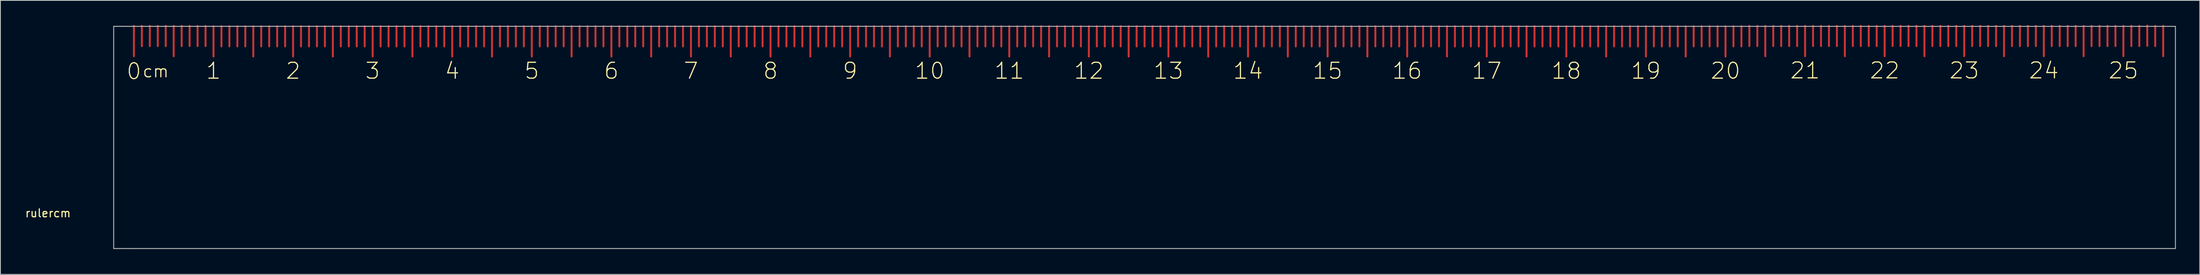
<source format=kicad_pcb>
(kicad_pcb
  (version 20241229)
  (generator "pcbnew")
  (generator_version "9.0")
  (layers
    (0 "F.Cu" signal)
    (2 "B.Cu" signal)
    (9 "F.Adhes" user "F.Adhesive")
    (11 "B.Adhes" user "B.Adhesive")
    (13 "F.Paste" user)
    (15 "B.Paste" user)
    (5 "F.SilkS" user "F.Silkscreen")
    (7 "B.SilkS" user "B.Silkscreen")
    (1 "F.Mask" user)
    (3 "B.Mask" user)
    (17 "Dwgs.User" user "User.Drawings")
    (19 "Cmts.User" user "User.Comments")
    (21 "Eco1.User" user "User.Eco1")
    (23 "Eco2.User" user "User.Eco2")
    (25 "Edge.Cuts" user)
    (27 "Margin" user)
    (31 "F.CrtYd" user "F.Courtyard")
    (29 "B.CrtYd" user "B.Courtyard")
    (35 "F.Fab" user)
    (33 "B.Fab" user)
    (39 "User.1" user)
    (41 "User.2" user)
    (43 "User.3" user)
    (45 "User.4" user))
  (footprint "rulercm"
    (layer "F.Cu")
    (at 13.777 28.205)
    (property "Reference" "rulercm" (at -10.795 -4.445 0) (layer "F.SilkS") (effects (font (size 1 1) (thickness 0.15))))
    (attr through_hole)
    (fp_line (start 0 -24.19) (end 0 -28) (stroke (width 0.25) (type solid)) (layer "F.Cu"))
    (fp_line (start 1 -25.46) (end 1 -28) (stroke (width 0.25) (type solid)) (layer "F.Cu"))
    (fp_line (start 2 -25.46) (end 2 -28) (stroke (width 0.25) (type solid)) (layer "F.Cu"))
    (fp_line (start 3 -25.46) (end 3 -28) (stroke (width 0.25) (type solid)) (layer "F.Cu"))
    (fp_line (start 4 -25.46) (end 4 -28) (stroke (width 0.25) (type solid)) (layer "F.Cu"))
    (fp_line (start 5 -24.19) (end 5 -28) (stroke (width 0.25) (type solid)) (layer "F.Cu"))
    (fp_line (start 6 -25.46) (end 6 -28) (stroke (width 0.25) (type solid)) (layer "F.Cu"))
    (fp_line (start 7 -25.46) (end 7 -28) (stroke (width 0.25) (type solid)) (layer "F.Cu"))
    (fp_line (start 8 -25.46) (end 8 -28) (stroke (width 0.25) (type solid)) (layer "F.Cu"))
    (fp_line (start 9 -25.46) (end 9 -28) (stroke (width 0.25) (type solid)) (layer "F.Cu"))
    (fp_line (start 10 -24.15) (end 10 -27.96) (stroke (width 0.25) (type solid)) (layer "F.Cu"))
    (fp_line (start 11 -25.42) (end 11 -27.96) (stroke (width 0.25) (type solid)) (layer "F.Cu"))
    (fp_line (start 12 -25.42) (end 12 -27.96) (stroke (width 0.25) (type solid)) (layer "F.Cu"))
    (fp_line (start 13 -25.42) (end 13 -27.96) (stroke (width 0.25) (type solid)) (layer "F.Cu"))
    (fp_line (start 14 -25.42) (end 14 -27.96) (stroke (width 0.25) (type solid)) (layer "F.Cu"))
    (fp_line (start 15 -24.15) (end 15 -27.96) (stroke (width 0.25) (type solid)) (layer "F.Cu"))
    (fp_line (start 16 -25.42) (end 16 -27.96) (stroke (width 0.25) (type solid)) (layer "F.Cu"))
    (fp_line (start 17 -25.42) (end 17 -27.96) (stroke (width 0.25) (type solid)) (layer "F.Cu"))
    (fp_line (start 18 -25.42) (end 18 -27.96) (stroke (width 0.25) (type solid)) (layer "F.Cu"))
    (fp_line (start 19 -25.42) (end 19 -27.96) (stroke (width 0.25) (type solid)) (layer "F.Cu"))
    (fp_line (start 20 -24.15) (end 20 -27.96) (stroke (width 0.25) (type solid)) (layer "F.Cu"))
    (fp_line (start 21 -25.42) (end 21 -27.96) (stroke (width 0.25) (type solid)) (layer "F.Cu"))
    (fp_line (start 22 -25.42) (end 22 -27.96) (stroke (width 0.25) (type solid)) (layer "F.Cu"))
    (fp_line (start 23 -25.42) (end 23 -27.96) (stroke (width 0.25) (type solid)) (layer "F.Cu"))
    (fp_line (start 24 -25.42) (end 24 -27.96) (stroke (width 0.25) (type solid)) (layer "F.Cu"))
    (fp_line (start 25 -24.15) (end 25 -27.96) (stroke (width 0.25) (type solid)) (layer "F.Cu"))
    (fp_line (start 26 -25.42) (end 26 -27.96) (stroke (width 0.25) (type solid)) (layer "F.Cu"))
    (fp_line (start 27 -25.42) (end 27 -27.96) (stroke (width 0.25) (type solid)) (layer "F.Cu"))
    (fp_line (start 28 -25.42) (end 28 -27.96) (stroke (width 0.25) (type solid)) (layer "F.Cu"))
    (fp_line (start 29 -25.42) (end 29 -27.96) (stroke (width 0.25) (type solid)) (layer "F.Cu"))
    (fp_line (start 30 -24.15) (end 30 -27.96) (stroke (width 0.25) (type solid)) (layer "F.Cu"))
    (fp_line (start 31 -25.42) (end 31 -27.96) (stroke (width 0.25) (type solid)) (layer "F.Cu"))
    (fp_line (start 32 -25.42) (end 32 -27.96) (stroke (width 0.25) (type solid)) (layer "F.Cu"))
    (fp_line (start 33 -25.42) (end 33 -27.96) (stroke (width 0.25) (type solid)) (layer "F.Cu"))
    (fp_line (start 34 -25.42) (end 34 -27.96) (stroke (width 0.25) (type solid)) (layer "F.Cu"))
    (fp_line (start 35 -24.15) (end 35 -27.96) (stroke (width 0.25) (type solid)) (layer "F.Cu"))
    (fp_line (start 36 -25.42) (end 36 -27.96) (stroke (width 0.25) (type solid)) (layer "F.Cu"))
    (fp_line (start 37 -25.42) (end 37 -27.96) (stroke (width 0.25) (type solid)) (layer "F.Cu"))
    (fp_line (start 38 -25.42) (end 38 -27.96) (stroke (width 0.25) (type solid)) (layer "F.Cu"))
    (fp_line (start 39 -25.42) (end 39 -27.96) (stroke (width 0.25) (type solid)) (layer "F.Cu"))
    (fp_line (start 40 -24.15) (end 40 -27.96) (stroke (width 0.25) (type solid)) (layer "F.Cu"))
    (fp_line (start 41 -25.42) (end 41 -27.96) (stroke (width 0.25) (type solid)) (layer "F.Cu"))
    (fp_line (start 42 -25.42) (end 42 -27.96) (stroke (width 0.25) (type solid)) (layer "F.Cu"))
    (fp_line (start 43 -25.42) (end 43 -27.96) (stroke (width 0.25) (type solid)) (layer "F.Cu"))
    (fp_line (start 44 -25.42) (end 44 -27.96) (stroke (width 0.25) (type solid)) (layer "F.Cu"))
    (fp_line (start 45 -24.15) (end 45 -27.96) (stroke (width 0.25) (type solid)) (layer "F.Cu"))
    (fp_line (start 46 -25.42) (end 46 -27.96) (stroke (width 0.25) (type solid)) (layer "F.Cu"))
    (fp_line (start 47 -25.42) (end 47 -27.96) (stroke (width 0.25) (type solid)) (layer "F.Cu"))
    (fp_line (start 48 -25.42) (end 48 -27.96) (stroke (width 0.25) (type solid)) (layer "F.Cu"))
    (fp_line (start 49 -25.42) (end 49 -27.96) (stroke (width 0.25) (type solid)) (layer "F.Cu"))
    (fp_line (start 50 -24.15) (end 50 -27.96) (stroke (width 0.25) (type solid)) (layer "F.Cu"))
    (fp_line (start 51 -25.42) (end 51 -27.96) (stroke (width 0.25) (type solid)) (layer "F.Cu"))
    (fp_line (start 52 -25.42) (end 52 -27.96) (stroke (width 0.25) (type solid)) (layer "F.Cu"))
    (fp_line (start 53 -25.42) (end 53 -27.96) (stroke (width 0.25) (type solid)) (layer "F.Cu"))
    (fp_line (start 54 -25.42) (end 54 -27.96) (stroke (width 0.25) (type solid)) (layer "F.Cu"))
    (fp_line (start 55 -24.15) (end 55 -27.96) (stroke (width 0.25) (type solid)) (layer "F.Cu"))
    (fp_line (start 56 -25.42) (end 56 -27.96) (stroke (width 0.25) (type solid)) (layer "F.Cu"))
    (fp_line (start 57 -25.42) (end 57 -27.96) (stroke (width 0.25) (type solid)) (layer "F.Cu"))
    (fp_line (start 58 -25.42) (end 58 -27.96) (stroke (width 0.25) (type solid)) (layer "F.Cu"))
    (fp_line (start 59 -25.42) (end 59 -27.96) (stroke (width 0.25) (type solid)) (layer "F.Cu"))
    (fp_line (start 60 -24.15) (end 60 -27.96) (stroke (width 0.25) (type solid)) (layer "F.Cu"))
    (fp_line (start 61 -25.42) (end 61 -27.96) (stroke (width 0.25) (type solid)) (layer "F.Cu"))
    (fp_line (start 62 -25.42) (end 62 -27.96) (stroke (width 0.25) (type solid)) (layer "F.Cu"))
    (fp_line (start 63 -25.42) (end 63 -27.96) (stroke (width 0.25) (type solid)) (layer "F.Cu"))
    (fp_line (start 64 -25.42) (end 64 -27.96) (stroke (width 0.25) (type solid)) (layer "F.Cu"))
    (fp_line (start 65 -24.15) (end 65 -27.96) (stroke (width 0.25) (type solid)) (layer "F.Cu"))
    (fp_line (start 66 -25.42) (end 66 -27.96) (stroke (width 0.25) (type solid)) (layer "F.Cu"))
    (fp_line (start 67 -25.42) (end 67 -27.96) (stroke (width 0.25) (type solid)) (layer "F.Cu"))
    (fp_line (start 68 -25.42) (end 68 -27.96) (stroke (width 0.25) (type solid)) (layer "F.Cu"))
    (fp_line (start 69 -25.42) (end 69 -27.96) (stroke (width 0.25) (type solid)) (layer "F.Cu"))
    (fp_line (start 70 -24.15) (end 70 -27.96) (stroke (width 0.25) (type solid)) (layer "F.Cu"))
    (fp_line (start 71 -25.42) (end 71 -27.96) (stroke (width 0.25) (type solid)) (layer "F.Cu"))
    (fp_line (start 72 -25.42) (end 72 -27.96) (stroke (width 0.25) (type solid)) (layer "F.Cu"))
    (fp_line (start 73 -25.42) (end 73 -27.96) (stroke (width 0.25) (type solid)) (layer "F.Cu"))
    (fp_line (start 74 -25.42) (end 74 -27.96) (stroke (width 0.25) (type solid)) (layer "F.Cu"))
    (fp_line (start 75 -24.15) (end 75 -27.96) (stroke (width 0.25) (type solid)) (layer "F.Cu"))
    (fp_line (start 76 -25.42) (end 76 -27.96) (stroke (width 0.25) (type solid)) (layer "F.Cu"))
    (fp_line (start 77 -25.42) (end 77 -27.96) (stroke (width 0.25) (type solid)) (layer "F.Cu"))
    (fp_line (start 78 -25.42) (end 78 -27.96) (stroke (width 0.25) (type solid)) (layer "F.Cu"))
    (fp_line (start 79 -25.42) (end 79 -27.96) (stroke (width 0.25) (type solid)) (layer "F.Cu"))
    (fp_line (start 80 -24.15) (end 80 -27.96) (stroke (width 0.25) (type solid)) (layer "F.Cu"))
    (fp_line (start 81 -25.42) (end 81 -27.96) (stroke (width 0.25) (type solid)) (layer "F.Cu"))
    (fp_line (start 82 -25.42) (end 82 -27.96) (stroke (width 0.25) (type solid)) (layer "F.Cu"))
    (fp_line (start 83 -25.42) (end 83 -27.96) (stroke (width 0.25) (type solid)) (layer "F.Cu"))
    (fp_line (start 84 -25.42) (end 84 -27.96) (stroke (width 0.25) (type solid)) (layer "F.Cu"))
    (fp_line (start 85 -24.15) (end 85 -27.96) (stroke (width 0.25) (type solid)) (layer "F.Cu"))
    (fp_line (start 86 -25.42) (end 86 -27.96) (stroke (width 0.25) (type solid)) (layer "F.Cu"))
    (fp_line (start 87 -25.42) (end 87 -27.96) (stroke (width 0.25) (type solid)) (layer "F.Cu"))
    (fp_line (start 88 -25.42) (end 88 -27.96) (stroke (width 0.25) (type solid)) (layer "F.Cu"))
    (fp_line (start 89 -25.42) (end 89 -27.96) (stroke (width 0.25) (type solid)) (layer "F.Cu"))
    (fp_line (start 90 -24.15) (end 90 -27.96) (stroke (width 0.25) (type solid)) (layer "F.Cu"))
    (fp_line (start 91 -25.42) (end 91 -27.96) (stroke (width 0.25) (type solid)) (layer "F.Cu"))
    (fp_line (start 92 -25.42) (end 92 -27.96) (stroke (width 0.25) (type solid)) (layer "F.Cu"))
    (fp_line (start 93 -25.42) (end 93 -27.96) (stroke (width 0.25) (type solid)) (layer "F.Cu"))
    (fp_line (start 94 -25.42) (end 94 -27.96) (stroke (width 0.25) (type solid)) (layer "F.Cu"))
    (fp_line (start 95 -24.15) (end 95 -27.96) (stroke (width 0.25) (type solid)) (layer "F.Cu"))
    (fp_line (start 96 -25.42) (end 96 -27.96) (stroke (width 0.25) (type solid)) (layer "F.Cu"))
    (fp_line (start 97 -25.42) (end 97 -27.96) (stroke (width 0.25) (type solid)) (layer "F.Cu"))
    (fp_line (start 98 -25.42) (end 98 -27.96) (stroke (width 0.25) (type solid)) (layer "F.Cu"))
    (fp_line (start 99 -25.42) (end 99 -27.96) (stroke (width 0.25) (type solid)) (layer "F.Cu"))
    (fp_line (start 100 -24.15) (end 100 -27.96) (stroke (width 0.25) (type solid)) (layer "F.Cu"))
    (fp_line (start 101 -25.42) (end 101 -27.96) (stroke (width 0.25) (type solid)) (layer "F.Cu"))
    (fp_line (start 102 -25.42) (end 102 -27.96) (stroke (width 0.25) (type solid)) (layer "F.Cu"))
    (fp_line (start 103 -25.42) (end 103 -27.96) (stroke (width 0.25) (type solid)) (layer "F.Cu"))
    (fp_line (start 104 -25.42) (end 104 -27.96) (stroke (width 0.25) (type solid)) (layer "F.Cu"))
    (fp_line (start 105 -24.15) (end 105 -27.96) (stroke (width 0.25) (type solid)) (layer "F.Cu"))
    (fp_line (start 106 -25.42) (end 106 -27.96) (stroke (width 0.25) (type solid)) (layer "F.Cu"))
    (fp_line (start 107 -25.42) (end 107 -27.96) (stroke (width 0.25) (type solid)) (layer "F.Cu"))
    (fp_line (start 108 -25.42) (end 108 -27.96) (stroke (width 0.25) (type solid)) (layer "F.Cu"))
    (fp_line (start 109 -25.42) (end 109 -27.96) (stroke (width 0.25) (type solid)) (layer "F.Cu"))
    (fp_line (start 110 -24.15) (end 110 -27.96) (stroke (width 0.25) (type solid)) (layer "F.Cu"))
    (fp_line (start 111 -25.42) (end 111 -27.96) (stroke (width 0.25) (type solid)) (layer "F.Cu"))
    (fp_line (start 112 -25.42) (end 112 -27.96) (stroke (width 0.25) (type solid)) (layer "F.Cu"))
    (fp_line (start 113 -25.42) (end 113 -27.96) (stroke (width 0.25) (type solid)) (layer "F.Cu"))
    (fp_line (start 114 -25.42) (end 114 -27.96) (stroke (width 0.25) (type solid)) (layer "F.Cu"))
    (fp_line (start 115 -24.15) (end 115 -27.96) (stroke (width 0.25) (type solid)) (layer "F.Cu"))
    (fp_line (start 116 -25.42) (end 116 -27.96) (stroke (width 0.25) (type solid)) (layer "F.Cu"))
    (fp_line (start 117 -25.42) (end 117 -27.96) (stroke (width 0.25) (type solid)) (layer "F.Cu"))
    (fp_line (start 118 -25.42) (end 118 -27.96) (stroke (width 0.25) (type solid)) (layer "F.Cu"))
    (fp_line (start 119 -25.42) (end 119 -27.96) (stroke (width 0.25) (type solid)) (layer "F.Cu"))
    (fp_line (start 120 -24.15) (end 120 -27.96) (stroke (width 0.25) (type solid)) (layer "F.Cu"))
    (fp_line (start 121 -25.42) (end 121 -27.96) (stroke (width 0.25) (type solid)) (layer "F.Cu"))
    (fp_line (start 122 -25.42) (end 122 -27.96) (stroke (width 0.25) (type solid)) (layer "F.Cu"))
    (fp_line (start 123 -25.42) (end 123 -27.96) (stroke (width 0.25) (type solid)) (layer "F.Cu"))
    (fp_line (start 124 -25.42) (end 124 -27.96) (stroke (width 0.25) (type solid)) (layer "F.Cu"))
    (fp_line (start 125 -24.15) (end 125 -27.96) (stroke (width 0.25) (type solid)) (layer "F.Cu"))
    (fp_line (start 126 -25.42) (end 126 -27.96) (stroke (width 0.25) (type solid)) (layer "F.Cu"))
    (fp_line (start 127 -25.42) (end 127 -27.96) (stroke (width 0.25) (type solid)) (layer "F.Cu"))
    (fp_line (start 128 -25.42) (end 128 -27.96) (stroke (width 0.25) (type solid)) (layer "F.Cu"))
    (fp_line (start 129 -25.42) (end 129 -27.96) (stroke (width 0.25) (type solid)) (layer "F.Cu"))
    (fp_line (start 130 -24.15) (end 130 -27.96) (stroke (width 0.25) (type solid)) (layer "F.Cu"))
    (fp_line (start 131 -25.42) (end 131 -27.96) (stroke (width 0.25) (type solid)) (layer "F.Cu"))
    (fp_line (start 132 -25.42) (end 132 -27.96) (stroke (width 0.25) (type solid)) (layer "F.Cu"))
    (fp_line (start 133 -25.42) (end 133 -27.96) (stroke (width 0.25) (type solid)) (layer "F.Cu"))
    (fp_line (start 134 -25.42) (end 134 -27.96) (stroke (width 0.25) (type solid)) (layer "F.Cu"))
    (fp_line (start 135 -24.15) (end 135 -27.96) (stroke (width 0.25) (type solid)) (layer "F.Cu"))
    (fp_line (start 136 -25.42) (end 136 -27.96) (stroke (width 0.25) (type solid)) (layer "F.Cu"))
    (fp_line (start 137 -25.42) (end 137 -27.96) (stroke (width 0.25) (type solid)) (layer "F.Cu"))
    (fp_line (start 138 -25.42) (end 138 -27.96) (stroke (width 0.25) (type solid)) (layer "F.Cu"))
    (fp_line (start 139 -25.42) (end 139 -27.96) (stroke (width 0.25) (type solid)) (layer "F.Cu"))
    (fp_line (start 140 -24.15) (end 140 -27.96) (stroke (width 0.25) (type solid)) (layer "F.Cu"))
    (fp_line (start 141 -25.42) (end 141 -27.96) (stroke (width 0.25) (type solid)) (layer "F.Cu"))
    (fp_line (start 142 -25.42) (end 142 -27.96) (stroke (width 0.25) (type solid)) (layer "F.Cu"))
    (fp_line (start 143 -25.42) (end 143 -27.96) (stroke (width 0.25) (type solid)) (layer "F.Cu"))
    (fp_line (start 144 -25.42) (end 144 -27.96) (stroke (width 0.25) (type solid)) (layer "F.Cu"))
    (fp_line (start 145 -24.15) (end 145 -27.96) (stroke (width 0.25) (type solid)) (layer "F.Cu"))
    (fp_line (start 146 -25.42) (end 146 -27.96) (stroke (width 0.25) (type solid)) (layer "F.Cu"))
    (fp_line (start 147 -25.42) (end 147 -27.96) (stroke (width 0.25) (type solid)) (layer "F.Cu"))
    (fp_line (start 148 -25.42) (end 148 -27.96) (stroke (width 0.25) (type solid)) (layer "F.Cu"))
    (fp_line (start 149 -25.42) (end 149 -27.96) (stroke (width 0.25) (type solid)) (layer "F.Cu"))
    (fp_line (start 150 -24.15) (end 150 -27.96) (stroke (width 0.25) (type solid)) (layer "F.Cu"))
    (fp_line (start 151 -25.42) (end 151 -27.96) (stroke (width 0.25) (type solid)) (layer "F.Cu"))
    (fp_line (start 152 -25.42) (end 152 -27.96) (stroke (width 0.25) (type solid)) (layer "F.Cu"))
    (fp_line (start 153 -25.42) (end 153 -27.96) (stroke (width 0.25) (type solid)) (layer "F.Cu"))
    (fp_line (start 154 -25.42) (end 154 -27.96) (stroke (width 0.25) (type solid)) (layer "F.Cu"))
    (fp_line (start 155 -24.15) (end 155 -27.96) (stroke (width 0.25) (type solid)) (layer "F.Cu"))
    (fp_line (start 156 -25.42) (end 156 -27.96) (stroke (width 0.25) (type solid)) (layer "F.Cu"))
    (fp_line (start 157 -25.42) (end 157 -27.96) (stroke (width 0.25) (type solid)) (layer "F.Cu"))
    (fp_line (start 158 -25.42) (end 158 -27.96) (stroke (width 0.25) (type solid)) (layer "F.Cu"))
    (fp_line (start 159 -25.42) (end 159 -27.96) (stroke (width 0.25) (type solid)) (layer "F.Cu"))
    (fp_line (start 160 -24.15) (end 160 -27.96) (stroke (width 0.25) (type solid)) (layer "F.Cu"))
    (fp_line (start 161 -25.42) (end 161 -27.96) (stroke (width 0.25) (type solid)) (layer "F.Cu"))
    (fp_line (start 162 -25.42) (end 162 -27.96) (stroke (width 0.25) (type solid)) (layer "F.Cu"))
    (fp_line (start 163 -25.42) (end 163 -27.96) (stroke (width 0.25) (type solid)) (layer "F.Cu"))
    (fp_line (start 164 -25.42) (end 164 -27.96) (stroke (width 0.25) (type solid)) (layer "F.Cu"))
    (fp_line (start 165 -24.15) (end 165 -27.96) (stroke (width 0.25) (type solid)) (layer "F.Cu"))
    (fp_line (start 166 -25.42) (end 166 -27.96) (stroke (width 0.25) (type solid)) (layer "F.Cu"))
    (fp_line (start 167 -25.42) (end 167 -27.96) (stroke (width 0.25) (type solid)) (layer "F.Cu"))
    (fp_line (start 168 -25.42) (end 168 -27.96) (stroke (width 0.25) (type solid)) (layer "F.Cu"))
    (fp_line (start 169 -25.42) (end 169 -27.96) (stroke (width 0.25) (type solid)) (layer "F.Cu"))
    (fp_line (start 170 -24.15) (end 170 -27.96) (stroke (width 0.25) (type solid)) (layer "F.Cu"))
    (fp_line (start 171 -25.42) (end 171 -27.96) (stroke (width 0.25) (type solid)) (layer "F.Cu"))
    (fp_line (start 172 -25.42) (end 172 -27.96) (stroke (width 0.25) (type solid)) (layer "F.Cu"))
    (fp_line (start 173 -25.42) (end 173 -27.96) (stroke (width 0.25) (type solid)) (layer "F.Cu"))
    (fp_line (start 174 -25.42) (end 174 -27.96) (stroke (width 0.25) (type solid)) (layer "F.Cu"))
    (fp_line (start 175 -24.15) (end 175 -27.96) (stroke (width 0.25) (type solid)) (layer "F.Cu"))
    (fp_line (start 176 -25.42) (end 176 -27.96) (stroke (width 0.25) (type solid)) (layer "F.Cu"))
    (fp_line (start 177 -25.42) (end 177 -27.96) (stroke (width 0.25) (type solid)) (layer "F.Cu"))
    (fp_line (start 178 -25.42) (end 178 -27.96) (stroke (width 0.25) (type solid)) (layer "F.Cu"))
    (fp_line (start 179 -25.42) (end 179 -27.96) (stroke (width 0.25) (type solid)) (layer "F.Cu"))
    (fp_line (start 180 -24.15) (end 180 -27.96) (stroke (width 0.25) (type solid)) (layer "F.Cu"))
    (fp_line (start 181 -25.42) (end 181 -27.96) (stroke (width 0.25) (type solid)) (layer "F.Cu"))
    (fp_line (start 182 -25.42) (end 182 -27.96) (stroke (width 0.25) (type solid)) (layer "F.Cu"))
    (fp_line (start 183 -25.42) (end 183 -27.96) (stroke (width 0.25) (type solid)) (layer "F.Cu"))
    (fp_line (start 184 -25.42) (end 184 -27.96) (stroke (width 0.25) (type solid)) (layer "F.Cu"))
    (fp_line (start 185 -24.15) (end 185 -27.96) (stroke (width 0.25) (type solid)) (layer "F.Cu"))
    (fp_line (start 186 -25.42) (end 186 -27.96) (stroke (width 0.25) (type solid)) (layer "F.Cu"))
    (fp_line (start 187 -25.42) (end 187 -27.96) (stroke (width 0.25) (type solid)) (layer "F.Cu"))
    (fp_line (start 188 -25.42) (end 188 -27.96) (stroke (width 0.25) (type solid)) (layer "F.Cu"))
    (fp_line (start 189 -25.42) (end 189 -27.96) (stroke (width 0.25) (type solid)) (layer "F.Cu"))
    (fp_line (start 190 -24.15) (end 190 -27.96) (stroke (width 0.25) (type solid)) (layer "F.Cu"))
    (fp_line (start 191 -25.42) (end 191 -27.96) (stroke (width 0.25) (type solid)) (layer "F.Cu"))
    (fp_line (start 192 -25.42) (end 192 -27.96) (stroke (width 0.25) (type solid)) (layer "F.Cu"))
    (fp_line (start 193 -25.42) (end 193 -27.96) (stroke (width 0.25) (type solid)) (layer "F.Cu"))
    (fp_line (start 194 -25.42) (end 194 -27.96) (stroke (width 0.25) (type solid)) (layer "F.Cu"))
    (fp_line (start 195 -24.15) (end 195 -27.96) (stroke (width 0.25) (type solid)) (layer "F.Cu"))
    (fp_line (start 196 -25.42) (end 196 -27.96) (stroke (width 0.25) (type solid)) (layer "F.Cu"))
    (fp_line (start 197 -25.42) (end 197 -27.96) (stroke (width 0.25) (type solid)) (layer "F.Cu"))
    (fp_line (start 198 -25.42) (end 198 -27.96) (stroke (width 0.25) (type solid)) (layer "F.Cu"))
    (fp_line (start 199 -25.42) (end 199 -27.96) (stroke (width 0.25) (type solid)) (layer "F.Cu"))
    (fp_line (start 200 -24.15) (end 200 -27.96) (stroke (width 0.25) (type solid)) (layer "F.Cu"))
    (fp_line (start 201 -25.42) (end 201 -27.96) (stroke (width 0.25) (type solid)) (layer "F.Cu"))
    (fp_line (start 202 -25.42) (end 202 -27.96) (stroke (width 0.25) (type solid)) (layer "F.Cu"))
    (fp_line (start 203 -25.46) (end 203 -28) (stroke (width 0.25) (type solid)) (layer "F.Cu"))
    (fp_line (start 204 -25.46) (end 204 -28) (stroke (width 0.25) (type solid)) (layer "F.Cu"))
    (fp_line (start 205 -24.19) (end 205 -28) (stroke (width 0.25) (type solid)) (layer "F.Cu"))
    (fp_line (start 206 -25.46) (end 206 -28) (stroke (width 0.25) (type solid)) (layer "F.Cu"))
    (fp_line (start 207 -25.46) (end 207 -28) (stroke (width 0.25) (type solid)) (layer "F.Cu"))
    (fp_line (start 208 -25.46) (end 208 -28) (stroke (width 0.25) (type solid)) (layer "F.Cu"))
    (fp_line (start 209 -25.46) (end 209 -28) (stroke (width 0.25) (type solid)) (layer "F.Cu"))
    (fp_line (start 210 -24.19) (end 210 -28) (stroke (width 0.25) (type solid)) (layer "F.Cu"))
    (fp_line (start 211 -25.46) (end 211 -28) (stroke (width 0.25) (type solid)) (layer "F.Cu"))
    (fp_line (start 212 -25.46) (end 212 -28) (stroke (width 0.25) (type solid)) (layer "F.Cu"))
    (fp_line (start 213 -25.46) (end 213 -28) (stroke (width 0.25) (type solid)) (layer "F.Cu"))
    (fp_line (start 214 -25.46) (end 214 -28) (stroke (width 0.25) (type solid)) (layer "F.Cu"))
    (fp_line (start 215 -24.19) (end 215 -28) (stroke (width 0.25) (type solid)) (layer "F.Cu"))
    (fp_line (start 216 -25.46) (end 216 -28) (stroke (width 0.25) (type solid)) (layer "F.Cu"))
    (fp_line (start 217 -25.46) (end 217 -28) (stroke (width 0.25) (type solid)) (layer "F.Cu"))
    (fp_line (start 218 -25.46) (end 218 -28) (stroke (width 0.25) (type solid)) (layer "F.Cu"))
    (fp_line (start 219 -25.46) (end 219 -28) (stroke (width 0.25) (type solid)) (layer "F.Cu"))
    (fp_line (start 220 -24.19) (end 220 -28) (stroke (width 0.25) (type solid)) (layer "F.Cu"))
    (fp_line (start 221 -25.46) (end 221 -28) (stroke (width 0.25) (type solid)) (layer "F.Cu"))
    (fp_line (start 222 -25.46) (end 222 -28) (stroke (width 0.25) (type solid)) (layer "F.Cu"))
    (fp_line (start 223 -25.46) (end 223 -28) (stroke (width 0.25) (type solid)) (layer "F.Cu"))
    (fp_line (start 224 -25.46) (end 224 -28) (stroke (width 0.25) (type solid)) (layer "F.Cu"))
    (fp_line (start 225 -24.19) (end 225 -28) (stroke (width 0.25) (type solid)) (layer "F.Cu"))
    (fp_line (start 226 -25.46) (end 226 -28) (stroke (width 0.25) (type solid)) (layer "F.Cu"))
    (fp_line (start 227 -25.46) (end 227 -28) (stroke (width 0.25) (type solid)) (layer "F.Cu"))
    (fp_line (start 228 -25.46) (end 228 -28) (stroke (width 0.25) (type solid)) (layer "F.Cu"))
    (fp_line (start 229 -25.46) (end 229 -28) (stroke (width 0.25) (type solid)) (layer "F.Cu"))
    (fp_line (start 230 -24.19) (end 230 -28) (stroke (width 0.25) (type solid)) (layer "F.Cu"))
    (fp_line (start 231 -25.46) (end 231 -28) (stroke (width 0.25) (type solid)) (layer "F.Cu"))
    (fp_line (start 232 -25.46) (end 232 -28) (stroke (width 0.25) (type solid)) (layer "F.Cu"))
    (fp_line (start 233 -25.46) (end 233 -28) (stroke (width 0.25) (type solid)) (layer "F.Cu"))
    (fp_line (start 234 -25.46) (end 234 -28) (stroke (width 0.25) (type solid)) (layer "F.Cu"))
    (fp_line (start 235 -24.19) (end 235 -28) (stroke (width 0.25) (type solid)) (layer "F.Cu"))
    (fp_line (start 236 -25.46) (end 236 -28) (stroke (width 0.25) (type solid)) (layer "F.Cu"))
    (fp_line (start 237 -25.46) (end 237 -28) (stroke (width 0.25) (type solid)) (layer "F.Cu"))
    (fp_line (start 238 -25.46) (end 238 -28) (stroke (width 0.25) (type solid)) (layer "F.Cu"))
    (fp_line (start 239 -25.46) (end 239 -28) (stroke (width 0.25) (type solid)) (layer "F.Cu"))
    (fp_line (start 240 -24.19) (end 240 -28) (stroke (width 0.25) (type solid)) (layer "F.Cu"))
    (fp_line (start 241 -25.46) (end 241 -28) (stroke (width 0.25) (type solid)) (layer "F.Cu"))
    (fp_line (start 242 -25.46) (end 242 -28) (stroke (width 0.25) (type solid)) (layer "F.Cu"))
    (fp_line (start 243 -25.46) (end 243 -28) (stroke (width 0.25) (type solid)) (layer "F.Cu"))
    (fp_line (start 244 -25.46) (end 244 -28) (stroke (width 0.25) (type solid)) (layer "F.Cu"))
    (fp_line (start 245 -24.19) (end 245 -28) (stroke (width 0.25) (type solid)) (layer "F.Cu"))
    (fp_line (start 246 -25.46) (end 246 -28) (stroke (width 0.25) (type solid)) (layer "F.Cu"))
    (fp_line (start 247 -25.46) (end 247 -28) (stroke (width 0.25) (type solid)) (layer "F.Cu"))
    (fp_line (start 248 -25.46) (end 248 -28) (stroke (width 0.25) (type solid)) (layer "F.Cu"))
    (fp_line (start 249 -25.46) (end 249 -28) (stroke (width 0.25) (type solid)) (layer "F.Cu"))
    (fp_line (start 250 -24.19) (end 250 -28) (stroke (width 0.25) (type solid)) (layer "F.Cu"))
    (fp_line (start 251 -25.46) (end 251 -28) (stroke (width 0.25) (type solid)) (layer "F.Cu"))
    (fp_line (start 252 -25.46) (end 252 -28) (stroke (width 0.25) (type solid)) (layer "F.Cu"))
    (fp_line (start 253 -25.5) (end 253 -28.04) (stroke (width 0.25) (type solid)) (layer "F.Cu"))
    (fp_line (start 254 -25.46) (end 254 -28) (stroke (width 0.25) (type solid)) (layer "F.Cu"))
    (fp_line (start 255 -24.19) (end 255 -28) (stroke (width 0.25) (type solid)) (layer "F.Cu"))
    (fp_line (start 0 -24.19) (end 0 -28) (stroke (width 0.25) (type solid)) (layer "F.Mask"))
    (fp_line (start 1 -25.46) (end 1 -28) (stroke (width 0.25) (type solid)) (layer "F.Mask"))
    (fp_line (start 2 -25.46) (end 2 -28) (stroke (width 0.25) (type solid)) (layer "F.Mask"))
    (fp_line (start 3 -25.46) (end 3 -28) (stroke (width 0.25) (type solid)) (layer "F.Mask"))
    (fp_line (start 4 -25.46) (end 4 -28) (stroke (width 0.25) (type solid)) (layer "F.Mask"))
    (fp_line (start 5 -24.19) (end 5 -28) (stroke (width 0.25) (type solid)) (layer "F.Mask"))
    (fp_line (start 6 -25.46) (end 6 -28) (stroke (width 0.25) (type solid)) (layer "F.Mask"))
    (fp_line (start 7 -25.46) (end 7 -28) (stroke (width 0.25) (type solid)) (layer "F.Mask"))
    (fp_line (start 8 -25.46) (end 8 -28) (stroke (width 0.25) (type solid)) (layer "F.Mask"))
    (fp_line (start 9 -25.46) (end 9 -28) (stroke (width 0.25) (type solid)) (layer "F.Mask"))
    (fp_line (start 10 -24.19) (end 10 -28) (stroke (width 0.25) (type solid)) (layer "F.Mask"))
    (fp_line (start 11 -25.46) (end 11 -28) (stroke (width 0.25) (type solid)) (layer "F.Mask"))
    (fp_line (start 12 -25.46) (end 12 -28) (stroke (width 0.25) (type solid)) (layer "F.Mask"))
    (fp_line (start 13 -25.46) (end 13 -28) (stroke (width 0.25) (type solid)) (layer "F.Mask"))
    (fp_line (start 14 -25.46) (end 14 -28) (stroke (width 0.25) (type solid)) (layer "F.Mask"))
    (fp_line (start 15 -24.19) (end 15 -28) (stroke (width 0.25) (type solid)) (layer "F.Mask"))
    (fp_line (start 16 -25.46) (end 16 -28) (stroke (width 0.25) (type solid)) (layer "F.Mask"))
    (fp_line (start 17 -25.46) (end 17 -28) (stroke (width 0.25) (type solid)) (layer "F.Mask"))
    (fp_line (start 18 -25.46) (end 18 -28) (stroke (width 0.25) (type solid)) (layer "F.Mask"))
    (fp_line (start 19 -25.46) (end 19 -28) (stroke (width 0.25) (type solid)) (layer "F.Mask"))
    (fp_line (start 20 -24.19) (end 20 -28) (stroke (width 0.25) (type solid)) (layer "F.Mask"))
    (fp_line (start 21 -25.46) (end 21 -28) (stroke (width 0.25) (type solid)) (layer "F.Mask"))
    (fp_line (start 22 -25.46) (end 22 -28) (stroke (width 0.25) (type solid)) (layer "F.Mask"))
    (fp_line (start 23 -25.46) (end 23 -28) (stroke (width 0.25) (type solid)) (layer "F.Mask"))
    (fp_line (start 24 -25.46) (end 24 -28) (stroke (width 0.25) (type solid)) (layer "F.Mask"))
    (fp_line (start 25 -24.19) (end 25 -28) (stroke (width 0.25) (type solid)) (layer "F.Mask"))
    (fp_line (start 26 -25.46) (end 26 -28) (stroke (width 0.25) (type solid)) (layer "F.Mask"))
    (fp_line (start 27 -25.46) (end 27 -28) (stroke (width 0.25) (type solid)) (layer "F.Mask"))
    (fp_line (start 28 -25.46) (end 28 -28) (stroke (width 0.25) (type solid)) (layer "F.Mask"))
    (fp_line (start 29 -25.46) (end 29 -28) (stroke (width 0.25) (type solid)) (layer "F.Mask"))
    (fp_line (start 30 -24.19) (end 30 -28) (stroke (width 0.25) (type solid)) (layer "F.Mask"))
    (fp_line (start 31 -25.46) (end 31 -28) (stroke (width 0.25) (type solid)) (layer "F.Mask"))
    (fp_line (start 32 -25.46) (end 32 -28) (stroke (width 0.25) (type solid)) (layer "F.Mask"))
    (fp_line (start 33 -25.46) (end 33 -28) (stroke (width 0.25) (type solid)) (layer "F.Mask"))
    (fp_line (start 34 -25.46) (end 34 -28) (stroke (width 0.25) (type solid)) (layer "F.Mask"))
    (fp_line (start 35 -24.19) (end 35 -28) (stroke (width 0.25) (type solid)) (layer "F.Mask"))
    (fp_line (start 36 -25.46) (end 36 -28) (stroke (width 0.25) (type solid)) (layer "F.Mask"))
    (fp_line (start 37 -25.46) (end 37 -28) (stroke (width 0.25) (type solid)) (layer "F.Mask"))
    (fp_line (start 38 -25.46) (end 38 -28) (stroke (width 0.25) (type solid)) (layer "F.Mask"))
    (fp_line (start 39 -25.46) (end 39 -28) (stroke (width 0.25) (type solid)) (layer "F.Mask"))
    (fp_line (start 40 -24.19) (end 40 -28) (stroke (width 0.25) (type solid)) (layer "F.Mask"))
    (fp_line (start 41 -25.46) (end 41 -28) (stroke (width 0.25) (type solid)) (layer "F.Mask"))
    (fp_line (start 42 -25.46) (end 42 -28) (stroke (width 0.25) (type solid)) (layer "F.Mask"))
    (fp_line (start 43 -25.46) (end 43 -28) (stroke (width 0.25) (type solid)) (layer "F.Mask"))
    (fp_line (start 44 -25.46) (end 44 -28) (stroke (width 0.25) (type solid)) (layer "F.Mask"))
    (fp_line (start 45 -24.19) (end 45 -28) (stroke (width 0.25) (type solid)) (layer "F.Mask"))
    (fp_line (start 46 -25.46) (end 46 -28) (stroke (width 0.25) (type solid)) (layer "F.Mask"))
    (fp_line (start 47 -25.46) (end 47 -28) (stroke (width 0.25) (type solid)) (layer "F.Mask"))
    (fp_line (start 48 -25.46) (end 48 -28) (stroke (width 0.25) (type solid)) (layer "F.Mask"))
    (fp_line (start 49 -25.46) (end 49 -28) (stroke (width 0.25) (type solid)) (layer "F.Mask"))
    (fp_line (start 50 -24.19) (end 50 -28) (stroke (width 0.25) (type solid)) (layer "F.Mask"))
    (fp_line (start 51 -25.46) (end 51 -28) (stroke (width 0.25) (type solid)) (layer "F.Mask"))
    (fp_line (start 52 -25.46) (end 52 -28) (stroke (width 0.25) (type solid)) (layer "F.Mask"))
    (fp_line (start 53 -25.46) (end 53 -28) (stroke (width 0.25) (type solid)) (layer "F.Mask"))
    (fp_line (start 54 -25.46) (end 54 -28) (stroke (width 0.25) (type solid)) (layer "F.Mask"))
    (fp_line (start 55 -24.19) (end 55 -28) (stroke (width 0.25) (type solid)) (layer "F.Mask"))
    (fp_line (start 56 -25.46) (end 56 -28) (stroke (width 0.25) (type solid)) (layer "F.Mask"))
    (fp_line (start 57 -25.46) (end 57 -28) (stroke (width 0.25) (type solid)) (layer "F.Mask"))
    (fp_line (start 58 -25.46) (end 58 -28) (stroke (width 0.25) (type solid)) (layer "F.Mask"))
    (fp_line (start 59 -25.46) (end 59 -28) (stroke (width 0.25) (type solid)) (layer "F.Mask"))
    (fp_line (start 60 -24.19) (end 60 -28) (stroke (width 0.25) (type solid)) (layer "F.Mask"))
    (fp_line (start 61 -25.46) (end 61 -28) (stroke (width 0.25) (type solid)) (layer "F.Mask"))
    (fp_line (start 62 -25.46) (end 62 -28) (stroke (width 0.25) (type solid)) (layer "F.Mask"))
    (fp_line (start 63 -25.46) (end 63 -28) (stroke (width 0.25) (type solid)) (layer "F.Mask"))
    (fp_line (start 64 -25.46) (end 64 -28) (stroke (width 0.25) (type solid)) (layer "F.Mask"))
    (fp_line (start 65 -24.19) (end 65 -28) (stroke (width 0.25) (type solid)) (layer "F.Mask"))
    (fp_line (start 66 -25.46) (end 66 -28) (stroke (width 0.25) (type solid)) (layer "F.Mask"))
    (fp_line (start 67 -25.46) (end 67 -28) (stroke (width 0.25) (type solid)) (layer "F.Mask"))
    (fp_line (start 68 -25.46) (end 68 -28) (stroke (width 0.25) (type solid)) (layer "F.Mask"))
    (fp_line (start 69 -25.46) (end 69 -28) (stroke (width 0.25) (type solid)) (layer "F.Mask"))
    (fp_line (start 70 -24.19) (end 70 -28) (stroke (width 0.25) (type solid)) (layer "F.Mask"))
    (fp_line (start 71 -25.46) (end 71 -28) (stroke (width 0.25) (type solid)) (layer "F.Mask"))
    (fp_line (start 72 -25.46) (end 72 -28) (stroke (width 0.25) (type solid)) (layer "F.Mask"))
    (fp_line (start 73 -25.46) (end 73 -28) (stroke (width 0.25) (type solid)) (layer "F.Mask"))
    (fp_line (start 74 -25.46) (end 74 -28) (stroke (width 0.25) (type solid)) (layer "F.Mask"))
    (fp_line (start 75 -24.19) (end 75 -28) (stroke (width 0.25) (type solid)) (layer "F.Mask"))
    (fp_line (start 76 -25.46) (end 76 -28) (stroke (width 0.25) (type solid)) (layer "F.Mask"))
    (fp_line (start 77 -25.46) (end 77 -28) (stroke (width 0.25) (type solid)) (layer "F.Mask"))
    (fp_line (start 78 -25.46) (end 78 -28) (stroke (width 0.25) (type solid)) (layer "F.Mask"))
    (fp_line (start 79 -25.46) (end 79 -28) (stroke (width 0.25) (type solid)) (layer "F.Mask"))
    (fp_line (start 80 -24.19) (end 80 -28) (stroke (width 0.25) (type solid)) (layer "F.Mask"))
    (fp_line (start 81 -25.46) (end 81 -28) (stroke (width 0.25) (type solid)) (layer "F.Mask"))
    (fp_line (start 82 -25.46) (end 82 -28) (stroke (width 0.25) (type solid)) (layer "F.Mask"))
    (fp_line (start 83 -25.46) (end 83 -28) (stroke (width 0.25) (type solid)) (layer "F.Mask"))
    (fp_line (start 84 -25.46) (end 84 -28) (stroke (width 0.25) (type solid)) (layer "F.Mask"))
    (fp_line (start 85 -24.19) (end 85 -28) (stroke (width 0.25) (type solid)) (layer "F.Mask"))
    (fp_line (start 86 -25.46) (end 86 -28) (stroke (width 0.25) (type solid)) (layer "F.Mask"))
    (fp_line (start 87 -25.46) (end 87 -28) (stroke (width 0.25) (type solid)) (layer "F.Mask"))
    (fp_line (start 88 -25.46) (end 88 -28) (stroke (width 0.25) (type solid)) (layer "F.Mask"))
    (fp_line (start 89 -25.46) (end 89 -28) (stroke (width 0.25) (type solid)) (layer "F.Mask"))
    (fp_line (start 90 -24.19) (end 90 -28) (stroke (width 0.25) (type solid)) (layer "F.Mask"))
    (fp_line (start 91 -25.46) (end 91 -28) (stroke (width 0.25) (type solid)) (layer "F.Mask"))
    (fp_line (start 92 -25.46) (end 92 -28) (stroke (width 0.25) (type solid)) (layer "F.Mask"))
    (fp_line (start 93 -25.46) (end 93 -28) (stroke (width 0.25) (type solid)) (layer "F.Mask"))
    (fp_line (start 94 -25.46) (end 94 -28) (stroke (width 0.25) (type solid)) (layer "F.Mask"))
    (fp_line (start 95 -24.19) (end 95 -28) (stroke (width 0.25) (type solid)) (layer "F.Mask"))
    (fp_line (start 96 -25.46) (end 96 -28) (stroke (width 0.25) (type solid)) (layer "F.Mask"))
    (fp_line (start 97 -25.46) (end 97 -28) (stroke (width 0.25) (type solid)) (layer "F.Mask"))
    (fp_line (start 98 -25.46) (end 98 -28) (stroke (width 0.25) (type solid)) (layer "F.Mask"))
    (fp_line (start 99 -25.46) (end 99 -28) (stroke (width 0.25) (type solid)) (layer "F.Mask"))
    (fp_line (start 100 -24.19) (end 100 -28) (stroke (width 0.25) (type solid)) (layer "F.Mask"))
    (fp_line (start 101 -25.46) (end 101 -28) (stroke (width 0.25) (type solid)) (layer "F.Mask"))
    (fp_line (start 102 -25.46) (end 102 -28) (stroke (width 0.25) (type solid)) (layer "F.Mask"))
    (fp_line (start 103 -25.46) (end 103 -28) (stroke (width 0.25) (type solid)) (layer "F.Mask"))
    (fp_line (start 104 -25.46) (end 104 -28) (stroke (width 0.25) (type solid)) (layer "F.Mask"))
    (fp_line (start 105 -24.19) (end 105 -28) (stroke (width 0.25) (type solid)) (layer "F.Mask"))
    (fp_line (start 106 -25.46) (end 106 -28) (stroke (width 0.25) (type solid)) (layer "F.Mask"))
    (fp_line (start 107 -25.46) (end 107 -28) (stroke (width 0.25) (type solid)) (layer "F.Mask"))
    (fp_line (start 108 -25.46) (end 108 -28) (stroke (width 0.25) (type solid)) (layer "F.Mask"))
    (fp_line (start 109 -25.46) (end 109 -28) (stroke (width 0.25) (type solid)) (layer "F.Mask"))
    (fp_line (start 110 -24.19) (end 110 -28) (stroke (width 0.25) (type solid)) (layer "F.Mask"))
    (fp_line (start 111 -25.46) (end 111 -28) (stroke (width 0.25) (type solid)) (layer "F.Mask"))
    (fp_line (start 112 -25.46) (end 112 -28) (stroke (width 0.25) (type solid)) (layer "F.Mask"))
    (fp_line (start 113 -25.46) (end 113 -28) (stroke (width 0.25) (type solid)) (layer "F.Mask"))
    (fp_line (start 114 -25.46) (end 114 -28) (stroke (width 0.25) (type solid)) (layer "F.Mask"))
    (fp_line (start 115 -24.19) (end 115 -28) (stroke (width 0.25) (type solid)) (layer "F.Mask"))
    (fp_line (start 116 -25.46) (end 116 -28) (stroke (width 0.25) (type solid)) (layer "F.Mask"))
    (fp_line (start 117 -25.46) (end 117 -28) (stroke (width 0.25) (type solid)) (layer "F.Mask"))
    (fp_line (start 118 -25.46) (end 118 -28) (stroke (width 0.25) (type solid)) (layer "F.Mask"))
    (fp_line (start 119 -25.46) (end 119 -28) (stroke (width 0.25) (type solid)) (layer "F.Mask"))
    (fp_line (start 120 -24.19) (end 120 -28) (stroke (width 0.25) (type solid)) (layer "F.Mask"))
    (fp_line (start 121 -25.46) (end 121 -28) (stroke (width 0.25) (type solid)) (layer "F.Mask"))
    (fp_line (start 122 -25.46) (end 122 -28) (stroke (width 0.25) (type solid)) (layer "F.Mask"))
    (fp_line (start 123 -25.46) (end 123 -28) (stroke (width 0.25) (type solid)) (layer "F.Mask"))
    (fp_line (start 124 -25.46) (end 124 -28) (stroke (width 0.25) (type solid)) (layer "F.Mask"))
    (fp_line (start 125 -24.19) (end 125 -28) (stroke (width 0.25) (type solid)) (layer "F.Mask"))
    (fp_line (start 126 -25.46) (end 126 -28) (stroke (width 0.25) (type solid)) (layer "F.Mask"))
    (fp_line (start 127 -25.46) (end 127 -28) (stroke (width 0.25) (type solid)) (layer "F.Mask"))
    (fp_line (start 128 -25.46) (end 128 -28) (stroke (width 0.25) (type solid)) (layer "F.Mask"))
    (fp_line (start 129 -25.46) (end 129 -28) (stroke (width 0.25) (type solid)) (layer "F.Mask"))
    (fp_line (start 130 -24.19) (end 130 -28) (stroke (width 0.25) (type solid)) (layer "F.Mask"))
    (fp_line (start 131 -25.46) (end 131 -28) (stroke (width 0.25) (type solid)) (layer "F.Mask"))
    (fp_line (start 132 -25.46) (end 132 -28) (stroke (width 0.25) (type solid)) (layer "F.Mask"))
    (fp_line (start 133 -25.46) (end 133 -28) (stroke (width 0.25) (type solid)) (layer "F.Mask"))
    (fp_line (start 134 -25.46) (end 134 -28) (stroke (width 0.25) (type solid)) (layer "F.Mask"))
    (fp_line (start 135 -24.19) (end 135 -28) (stroke (width 0.25) (type solid)) (layer "F.Mask"))
    (fp_line (start 136 -25.46) (end 136 -28) (stroke (width 0.25) (type solid)) (layer "F.Mask"))
    (fp_line (start 137 -25.46) (end 137 -28) (stroke (width 0.25) (type solid)) (layer "F.Mask"))
    (fp_line (start 138 -25.46) (end 138 -28) (stroke (width 0.25) (type solid)) (layer "F.Mask"))
    (fp_line (start 139 -25.46) (end 139 -28) (stroke (width 0.25) (type solid)) (layer "F.Mask"))
    (fp_line (start 140 -24.19) (end 140 -28) (stroke (width 0.25) (type solid)) (layer "F.Mask"))
    (fp_line (start 141 -25.46) (end 141 -28) (stroke (width 0.25) (type solid)) (layer "F.Mask"))
    (fp_line (start 142 -25.46) (end 142 -28) (stroke (width 0.25) (type solid)) (layer "F.Mask"))
    (fp_line (start 143 -25.46) (end 143 -28) (stroke (width 0.25) (type solid)) (layer "F.Mask"))
    (fp_line (start 144 -25.46) (end 144 -28) (stroke (width 0.25) (type solid)) (layer "F.Mask"))
    (fp_line (start 145 -24.19) (end 145 -28) (stroke (width 0.25) (type solid)) (layer "F.Mask"))
    (fp_line (start 146 -25.46) (end 146 -28) (stroke (width 0.25) (type solid)) (layer "F.Mask"))
    (fp_line (start 147 -25.46) (end 147 -28) (stroke (width 0.25) (type solid)) (layer "F.Mask"))
    (fp_line (start 148 -25.46) (end 148 -28) (stroke (width 0.25) (type solid)) (layer "F.Mask"))
    (fp_line (start 149 -25.46) (end 149 -28) (stroke (width 0.25) (type solid)) (layer "F.Mask"))
    (fp_line (start 150 -24.19) (end 150 -28) (stroke (width 0.25) (type solid)) (layer "F.Mask"))
    (fp_line (start 151 -25.46) (end 151 -28) (stroke (width 0.25) (type solid)) (layer "F.Mask"))
    (fp_line (start 152 -25.46) (end 152 -28) (stroke (width 0.25) (type solid)) (layer "F.Mask"))
    (fp_line (start 153 -25.46) (end 153 -28) (stroke (width 0.25) (type solid)) (layer "F.Mask"))
    (fp_line (start 154 -25.46) (end 154 -28) (stroke (width 0.25) (type solid)) (layer "F.Mask"))
    (fp_line (start 155 -24.19) (end 155 -28) (stroke (width 0.25) (type solid)) (layer "F.Mask"))
    (fp_line (start 156 -25.46) (end 156 -28) (stroke (width 0.25) (type solid)) (layer "F.Mask"))
    (fp_line (start 157 -25.46) (end 157 -28) (stroke (width 0.25) (type solid)) (layer "F.Mask"))
    (fp_line (start 158 -25.46) (end 158 -28) (stroke (width 0.25) (type solid)) (layer "F.Mask"))
    (fp_line (start 159 -25.46) (end 159 -28) (stroke (width 0.25) (type solid)) (layer "F.Mask"))
    (fp_line (start 160 -24.19) (end 160 -28) (stroke (width 0.25) (type solid)) (layer "F.Mask"))
    (fp_line (start 161 -25.46) (end 161 -28) (stroke (width 0.25) (type solid)) (layer "F.Mask"))
    (fp_line (start 162 -25.46) (end 162 -28) (stroke (width 0.25) (type solid)) (layer "F.Mask"))
    (fp_line (start 163 -25.46) (end 163 -28) (stroke (width 0.25) (type solid)) (layer "F.Mask"))
    (fp_line (start 164 -25.46) (end 164 -28) (stroke (width 0.25) (type solid)) (layer "F.Mask"))
    (fp_line (start 165 -24.19) (end 165 -28) (stroke (width 0.25) (type solid)) (layer "F.Mask"))
    (fp_line (start 166 -25.46) (end 166 -28) (stroke (width 0.25) (type solid)) (layer "F.Mask"))
    (fp_line (start 167 -25.46) (end 167 -28) (stroke (width 0.25) (type solid)) (layer "F.Mask"))
    (fp_line (start 168 -25.46) (end 168 -28) (stroke (width 0.25) (type solid)) (layer "F.Mask"))
    (fp_line (start 169 -25.46) (end 169 -28) (stroke (width 0.25) (type solid)) (layer "F.Mask"))
    (fp_line (start 170 -24.19) (end 170 -28) (stroke (width 0.25) (type solid)) (layer "F.Mask"))
    (fp_line (start 171 -25.46) (end 171 -28) (stroke (width 0.25) (type solid)) (layer "F.Mask"))
    (fp_line (start 172 -25.46) (end 172 -28) (stroke (width 0.25) (type solid)) (layer "F.Mask"))
    (fp_line (start 173 -25.46) (end 173 -28) (stroke (width 0.25) (type solid)) (layer "F.Mask"))
    (fp_line (start 174 -25.46) (end 174 -28) (stroke (width 0.25) (type solid)) (layer "F.Mask"))
    (fp_line (start 175 -24.19) (end 175 -28) (stroke (width 0.25) (type solid)) (layer "F.Mask"))
    (fp_line (start 176 -25.46) (end 176 -28) (stroke (width 0.25) (type solid)) (layer "F.Mask"))
    (fp_line (start 177 -25.46) (end 177 -28) (stroke (width 0.25) (type solid)) (layer "F.Mask"))
    (fp_line (start 178 -25.46) (end 178 -28) (stroke (width 0.25) (type solid)) (layer "F.Mask"))
    (fp_line (start 179 -25.46) (end 179 -28) (stroke (width 0.25) (type solid)) (layer "F.Mask"))
    (fp_line (start 180 -24.19) (end 180 -28) (stroke (width 0.25) (type solid)) (layer "F.Mask"))
    (fp_line (start 181 -25.46) (end 181 -28) (stroke (width 0.25) (type solid)) (layer "F.Mask"))
    (fp_line (start 182 -25.46) (end 182 -28) (stroke (width 0.25) (type solid)) (layer "F.Mask"))
    (fp_line (start 183 -25.46) (end 183 -28) (stroke (width 0.25) (type solid)) (layer "F.Mask"))
    (fp_line (start 184 -25.46) (end 184 -28) (stroke (width 0.25) (type solid)) (layer "F.Mask"))
    (fp_line (start 185 -24.19) (end 185 -28) (stroke (width 0.25) (type solid)) (layer "F.Mask"))
    (fp_line (start 186 -25.46) (end 186 -28) (stroke (width 0.25) (type solid)) (layer "F.Mask"))
    (fp_line (start 187 -25.46) (end 187 -28) (stroke (width 0.25) (type solid)) (layer "F.Mask"))
    (fp_line (start 188 -25.46) (end 188 -28) (stroke (width 0.25) (type solid)) (layer "F.Mask"))
    (fp_line (start 189 -25.46) (end 189 -28) (stroke (width 0.25) (type solid)) (layer "F.Mask"))
    (fp_line (start 190 -24.19) (end 190 -28) (stroke (width 0.25) (type solid)) (layer "F.Mask"))
    (fp_line (start 191 -25.46) (end 191 -28) (stroke (width 0.25) (type solid)) (layer "F.Mask"))
    (fp_line (start 192 -25.46) (end 192 -28) (stroke (width 0.25) (type solid)) (layer "F.Mask"))
    (fp_line (start 193 -25.46) (end 193 -28) (stroke (width 0.25) (type solid)) (layer "F.Mask"))
    (fp_line (start 194 -25.46) (end 194 -28) (stroke (width 0.25) (type solid)) (layer "F.Mask"))
    (fp_line (start 195 -24.19) (end 195 -28) (stroke (width 0.25) (type solid)) (layer "F.Mask"))
    (fp_line (start 196 -25.46) (end 196 -28) (stroke (width 0.25) (type solid)) (layer "F.Mask"))
    (fp_line (start 197 -25.46) (end 197 -28) (stroke (width 0.25) (type solid)) (layer "F.Mask"))
    (fp_line (start 198 -25.46) (end 198 -28) (stroke (width 0.25) (type solid)) (layer "F.Mask"))
    (fp_line (start 199 -25.46) (end 199 -28) (stroke (width 0.25) (type solid)) (layer "F.Mask"))
    (fp_line (start 200 -24.19) (end 200 -28) (stroke (width 0.25) (type solid)) (layer "F.Mask"))
    (fp_line (start 201 -25.46) (end 201 -28) (stroke (width 0.25) (type solid)) (layer "F.Mask"))
    (fp_line (start 202 -25.46) (end 202 -28) (stroke (width 0.25) (type solid)) (layer "F.Mask"))
    (fp_line (start 203 -25.5) (end 203 -28.04) (stroke (width 0.25) (type solid)) (layer "F.Mask"))
    (fp_line (start 204 -25.5) (end 204 -28.04) (stroke (width 0.25) (type solid)) (layer "F.Mask"))
    (fp_line (start 205 -24.23) (end 205 -28.04) (stroke (width 0.25) (type solid)) (layer "F.Mask"))
    (fp_line (start 206 -25.5) (end 206 -28.04) (stroke (width 0.25) (type solid)) (layer "F.Mask"))
    (fp_line (start 207 -25.5) (end 207 -28.04) (stroke (width 0.25) (type solid)) (layer "F.Mask"))
    (fp_line (start 208 -25.5) (end 208 -28.04) (stroke (width 0.25) (type solid)) (layer "F.Mask"))
    (fp_line (start 209 -25.5) (end 209 -28.04) (stroke (width 0.25) (type solid)) (layer "F.Mask"))
    (fp_line (start 210 -24.23) (end 210 -28.04) (stroke (width 0.25) (type solid)) (layer "F.Mask"))
    (fp_line (start 211 -25.5) (end 211 -28.04) (stroke (width 0.25) (type solid)) (layer "F.Mask"))
    (fp_line (start 212 -25.5) (end 212 -28.04) (stroke (width 0.25) (type solid)) (layer "F.Mask"))
    (fp_line (start 213 -25.5) (end 213 -28.04) (stroke (width 0.25) (type solid)) (layer "F.Mask"))
    (fp_line (start 214 -25.5) (end 214 -28.04) (stroke (width 0.25) (type solid)) (layer "F.Mask"))
    (fp_line (start 215 -24.23) (end 215 -28.04) (stroke (width 0.25) (type solid)) (layer "F.Mask"))
    (fp_line (start 216 -25.5) (end 216 -28.04) (stroke (width 0.25) (type solid)) (layer "F.Mask"))
    (fp_line (start 217 -25.5) (end 217 -28.04) (stroke (width 0.25) (type solid)) (layer "F.Mask"))
    (fp_line (start 218 -25.5) (end 218 -28.04) (stroke (width 0.25) (type solid)) (layer "F.Mask"))
    (fp_line (start 219 -25.5) (end 219 -28.04) (stroke (width 0.25) (type solid)) (layer "F.Mask"))
    (fp_line (start 220 -24.23) (end 220 -28.04) (stroke (width 0.25) (type solid)) (layer "F.Mask"))
    (fp_line (start 221 -25.5) (end 221 -28.04) (stroke (width 0.25) (type solid)) (layer "F.Mask"))
    (fp_line (start 222 -25.5) (end 222 -28.04) (stroke (width 0.25) (type solid)) (layer "F.Mask"))
    (fp_line (start 223 -25.5) (end 223 -28.04) (stroke (width 0.25) (type solid)) (layer "F.Mask"))
    (fp_line (start 224 -25.5) (end 224 -28.04) (stroke (width 0.25) (type solid)) (layer "F.Mask"))
    (fp_line (start 225 -24.23) (end 225 -28.04) (stroke (width 0.25) (type solid)) (layer "F.Mask"))
    (fp_line (start 226 -25.5) (end 226 -28.04) (stroke (width 0.25) (type solid)) (layer "F.Mask"))
    (fp_line (start 227 -25.5) (end 227 -28.04) (stroke (width 0.25) (type solid)) (layer "F.Mask"))
    (fp_line (start 228 -25.5) (end 228 -28.04) (stroke (width 0.25) (type solid)) (layer "F.Mask"))
    (fp_line (start 229 -25.5) (end 229 -28.04) (stroke (width 0.25) (type solid)) (layer "F.Mask"))
    (fp_line (start 230 -24.23) (end 230 -28.04) (stroke (width 0.25) (type solid)) (layer "F.Mask"))
    (fp_line (start 231 -25.5) (end 231 -28.04) (stroke (width 0.25) (type solid)) (layer "F.Mask"))
    (fp_line (start 232 -25.5) (end 232 -28.04) (stroke (width 0.25) (type solid)) (layer "F.Mask"))
    (fp_line (start 233 -25.5) (end 233 -28.04) (stroke (width 0.25) (type solid)) (layer "F.Mask"))
    (fp_line (start 234 -25.5) (end 234 -28.04) (stroke (width 0.25) (type solid)) (layer "F.Mask"))
    (fp_line (start 235 -24.23) (end 235 -28.04) (stroke (width 0.25) (type solid)) (layer "F.Mask"))
    (fp_line (start 236 -25.5) (end 236 -28.04) (stroke (width 0.25) (type solid)) (layer "F.Mask"))
    (fp_line (start 237 -25.5) (end 237 -28.04) (stroke (width 0.25) (type solid)) (layer "F.Mask"))
    (fp_line (start 238 -25.5) (end 238 -28.04) (stroke (width 0.25) (type solid)) (layer "F.Mask"))
    (fp_line (start 239 -25.5) (end 239 -28.04) (stroke (width 0.25) (type solid)) (layer "F.Mask"))
    (fp_line (start 240 -24.23) (end 240 -28.04) (stroke (width 0.25) (type solid)) (layer "F.Mask"))
    (fp_line (start 241 -25.5) (end 241 -28.04) (stroke (width 0.25) (type solid)) (layer "F.Mask"))
    (fp_line (start 242 -25.5) (end 242 -28.04) (stroke (width 0.25) (type solid)) (layer "F.Mask"))
    (fp_line (start 243 -25.5) (end 243 -28.04) (stroke (width 0.25) (type solid)) (layer "F.Mask"))
    (fp_line (start 244 -25.5) (end 244 -28.04) (stroke (width 0.25) (type solid)) (layer "F.Mask"))
    (fp_line (start 245 -24.23) (end 245 -28.04) (stroke (width 0.25) (type solid)) (layer "F.Mask"))
    (fp_line (start 246 -25.5) (end 246 -28.04) (stroke (width 0.25) (type solid)) (layer "F.Mask"))
    (fp_line (start 247 -25.5) (end 247 -28.04) (stroke (width 0.25) (type solid)) (layer "F.Mask"))
    (fp_line (start 248 -25.5) (end 248 -28.04) (stroke (width 0.25) (type solid)) (layer "F.Mask"))
    (fp_line (start 249 -25.5) (end 249 -28.04) (stroke (width 0.25) (type solid)) (layer "F.Mask"))
    (fp_line (start 250 -24.23) (end 250 -28.04) (stroke (width 0.25) (type solid)) (layer "F.Mask"))
    (fp_line (start 251 -25.5) (end 251 -28.04) (stroke (width 0.25) (type solid)) (layer "F.Mask"))
    (fp_line (start 252 -25.5) (end 252 -28.04) (stroke (width 0.25) (type solid)) (layer "F.Mask"))
    (fp_line (start 253 -25.54) (end 253 -28.08) (stroke (width 0.25) (type solid)) (layer "F.Mask"))
    (fp_line (start 254 -25.5) (end 254 -28.04) (stroke (width 0.25) (type solid)) (layer "F.Mask"))
    (fp_line (start 255 -24.23) (end 255 -28.04) (stroke (width 0.25) (type solid)) (layer "F.Mask"))
    (fp_line (start -2.54 -27.94) (end -2.54 0) (stroke (width 0.12) (type solid)) (layer "F.Fab"))
    (fp_line (start -2.54 0) (end 0 0) (stroke (width 0.12) (type solid)) (layer "F.Fab"))
    (fp_line (start 0 -27.94) (end -2.54 -27.94) (stroke (width 0.12) (type solid)) (layer "F.Fab"))
    (fp_line (start 0 0) (end 256.54 0) (stroke (width 0.12) (type solid)) (layer "F.Fab"))
    (fp_line (start 101.6 -27.94) (end -2.54 -27.94) (stroke (width 0.12) (type solid)) (layer "F.Fab"))
    (fp_line (start 256.54 -27.94) (end 0 -27.94) (stroke (width 0.12) (type solid)) (layer "F.Fab"))
    (fp_line (start 256.54 0) (end 256.54 -27.94) (stroke (width 0.12) (type solid)) (layer "F.Fab"))
    (fp_text user "14" (at 140 -22.345 0) (unlocked yes) (layer "F.SilkS") (effects (font (size 2 2) (thickness 0.15))))
    (fp_text user "6" (at 60 -22.345 0) (unlocked yes) (layer "F.SilkS") (effects (font (size 2 2) (thickness 0.15))))
    (fp_text user "0" (at 0 -22.285 0) (unlocked yes) (layer "F.SilkS") (effects (font (size 2 2) (thickness 0.15))))
    (fp_text user "24" (at 240 -22.385 0) (unlocked yes) (layer "F.SilkS") (effects (font (size 2 2) (thickness 0.15))))
    (fp_text user "15" (at 150 -22.345 0) (unlocked yes) (layer "F.SilkS") (effects (font (size 2 2) (thickness 0.15))))
    (fp_text user "21" (at 210 -22.385 0) (unlocked yes) (layer "F.SilkS") (effects (font (size 2 2) (thickness 0.15))))
    (fp_text user "18" (at 180 -22.345 0) (unlocked yes) (layer "F.SilkS") (effects (font (size 2 2) (thickness 0.15))))
    (fp_text user "25" (at 250 -22.385 0) (unlocked yes) (layer "F.SilkS") (effects (font (size 2 2) (thickness 0.15))))
    (fp_text user "10" (at 100 -22.345 0) (unlocked yes) (layer "F.SilkS") (effects (font (size 2 2) (thickness 0.15))))
    (fp_text user "2" (at 20 -22.345 0) (unlocked yes) (layer "F.SilkS") (effects (font (size 2 2) (thickness 0.15))))
    (fp_text user "11" (at 110 -22.345 0) (unlocked yes) (layer "F.SilkS") (effects (font (size 2 2) (thickness 0.15))))
    (fp_text user "9" (at 90 -22.345 0) (unlocked yes) (layer "F.SilkS") (effects (font (size 2 2) (thickness 0.15))))
    (fp_text user "20" (at 200 -22.345 0) (unlocked yes) (layer "F.SilkS") (effects (font (size 2 2) (thickness 0.15))))
    (fp_text user "19" (at 190 -22.345 0) (unlocked yes) (layer "F.SilkS") (effects (font (size 2 2) (thickness 0.15))))
    (fp_text user "12" (at 120 -22.345 0) (unlocked yes) (layer "F.SilkS") (effects (font (size 2 2) (thickness 0.15))))
    (fp_text user "3" (at 30 -22.345 0) (unlocked yes) (layer "F.SilkS") (effects (font (size 2 2) (thickness 0.15))))
    (fp_text user "5" (at 50 -22.345 0) (unlocked yes) (layer "F.SilkS") (effects (font (size 2 2) (thickness 0.15))))
    (fp_text user "17" (at 170 -22.345 0) (unlocked yes) (layer "F.SilkS") (effects (font (size 2 2) (thickness 0.15))))
    (fp_text user "16" (at 160 -22.345 0) (unlocked yes) (layer "F.SilkS") (effects (font (size 2 2) (thickness 0.15))))
    (fp_text user "7" (at 70 -22.345 0) (unlocked yes) (layer "F.SilkS") (effects (font (size 2 2) (thickness 0.15))))
    (fp_text user "8" (at 80 -22.345 0) (unlocked yes) (layer "F.SilkS") (effects (font (size 2 2) (thickness 0.15))))
    (fp_text user "22" (at 220 -22.385 0) (unlocked yes) (layer "F.SilkS") (effects (font (size 2 2) (thickness 0.15))))
    (fp_text user "13" (at 130 -22.345 0) (unlocked yes) (layer "F.SilkS") (effects (font (size 2 2) (thickness 0.15))))
    (fp_text user "4" (at 40 -22.345 0) (unlocked yes) (layer "F.SilkS") (effects (font (size 2 2) (thickness 0.15))))
    (fp_text user "cm" (at 1 -22.285 0) (unlocked yes) (layer "F.SilkS") (effects (font (size 1.5 1.5) (thickness 0.15)) (justify left)))
    (fp_text user "1" (at 10 -22.345 0) (unlocked yes) (layer "F.SilkS") (effects (font (size 2 2) (thickness 0.15))))
    (fp_text user "23" (at 230 -22.385 0) (unlocked yes) (layer "F.SilkS") (effects (font (size 2 2) (thickness 0.15)))))
  (gr_rect
    (start -3 -3)
    (end 273.377 31.455)
    (stroke (width 0.1) (type default))
    (fill no)
    (layer "Edge.Cuts")))
</source>
